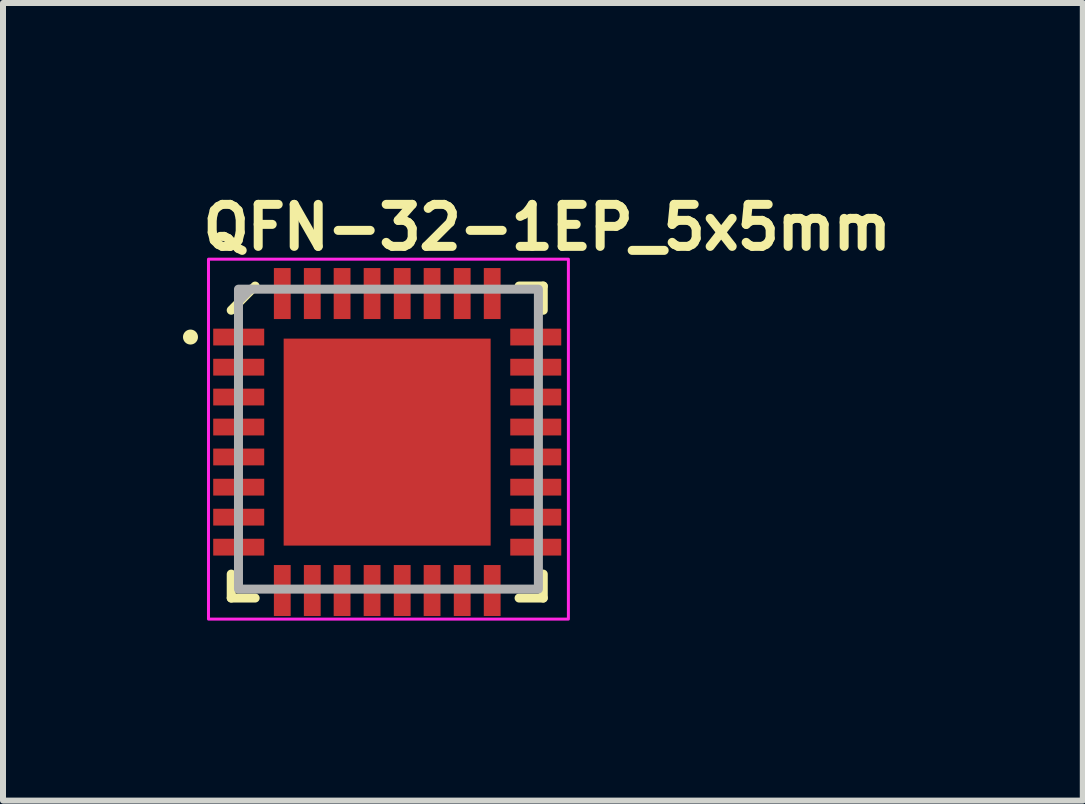
<source format=kicad_pcb>
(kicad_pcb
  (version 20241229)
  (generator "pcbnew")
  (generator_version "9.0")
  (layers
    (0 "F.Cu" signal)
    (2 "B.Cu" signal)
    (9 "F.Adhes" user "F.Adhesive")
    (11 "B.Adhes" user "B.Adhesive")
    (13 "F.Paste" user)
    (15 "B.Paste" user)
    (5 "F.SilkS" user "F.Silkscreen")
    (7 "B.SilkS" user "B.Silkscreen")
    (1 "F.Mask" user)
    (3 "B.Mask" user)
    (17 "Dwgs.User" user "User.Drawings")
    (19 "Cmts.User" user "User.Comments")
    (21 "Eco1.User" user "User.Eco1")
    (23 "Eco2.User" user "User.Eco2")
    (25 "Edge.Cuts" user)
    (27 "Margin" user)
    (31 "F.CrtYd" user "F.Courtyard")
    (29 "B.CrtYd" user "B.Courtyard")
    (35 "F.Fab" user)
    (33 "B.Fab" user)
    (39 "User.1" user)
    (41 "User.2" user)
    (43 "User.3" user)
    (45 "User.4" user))
  (footprint "QFN-32-1EP_5x5mm"
    (layer "F.Cu")
    (at 3.425 4.27)
    (property "Reference" "QFN-32-1EP_5x5mm" (at -3.17 -3.12 0) (layer "F.SilkS") (effects (font (size 0.7 0.7) (thickness 0.15)) (justify left bottom)))
    (attr smd)
    (fp_line (start -2.621 2.648) (end -2.621 2.249) (stroke (width 0.15) (type solid)) (layer "F.SilkS"))
    (fp_line (start -2.222 -2.552) (end -2.621 -2.149) (stroke (width 0.15) (type solid)) (layer "F.SilkS"))
    (fp_line (start -2.222 2.648) (end -2.621 2.648) (stroke (width 0.15) (type solid)) (layer "F.SilkS"))
    (fp_line (start 2.58 -2.552) (end 2.177 -2.552) (stroke (width 0.15) (type solid)) (layer "F.SilkS"))
    (fp_line (start 2.58 -2.552) (end 2.58 -2.149) (stroke (width 0.15) (type solid)) (layer "F.SilkS"))
    (fp_line (start 2.58 2.249) (end 2.58 2.648) (stroke (width 0.15) (type solid)) (layer "F.SilkS"))
    (fp_line (start 2.58 2.648) (end 2.177 2.648) (stroke (width 0.15) (type solid)) (layer "F.SilkS"))
    (fp_circle (center -3.3 -1.702) (end -3.25 -1.702) (stroke (width 0.15) (type solid)) (fill yes) (layer "F.SilkS"))
    (fp_rect (start -3 -3) (end 2.999 2.999) (stroke (width 0.05) (type solid)) (fill no) (layer "F.CrtYd"))
    (fp_line (start -2.5 -2.299) (end -2.299 -2.5) (stroke (width 0.15) (type solid)) (layer "F.Fab"))
    (fp_rect (start -2.5 -2.5) (end 2.499 2.499) (stroke (width 0.15) (type solid)) (fill no) (layer "F.Fab"))
    (fp_rect (start -2.5 -2.5) (end 2.499 2.499) (stroke (width 0.1) (type solid)) (fill no) (layer "User.5"))
    (fp_line (start -2.5 -2.5) (end -2.5 2.499) (stroke (width 0.02) (type solid)) (layer "User.9"))
    (fp_line (start -2.5 -1.875) (end -2.5 -1.875) (stroke (width 0.02) (type solid)) (layer "User.9"))
    (fp_line (start -2.5 -1.625) (end -2.5 -1.875) (stroke (width 0.02) (type solid)) (layer "User.9"))
    (fp_line (start -2.5 -1.625) (end -2.5 -1.625) (stroke (width 0.02) (type solid)) (layer "User.9"))
    (fp_line (start -2.5 -1.375) (end -2.5 -1.375) (stroke (width 0.02) (type solid)) (layer "User.9"))
    (fp_line (start -2.5 -1.125) (end -2.5 -1.375) (stroke (width 0.02) (type solid)) (layer "User.9"))
    (fp_line (start -2.5 -1.125) (end -2.5 -1.125) (stroke (width 0.02) (type solid)) (layer "User.9"))
    (fp_line (start -2.5 -0.875) (end -2.5 -0.875) (stroke (width 0.02) (type solid)) (layer "User.9"))
    (fp_line (start -2.5 -0.625) (end -2.5 -0.875) (stroke (width 0.02) (type solid)) (layer "User.9"))
    (fp_line (start -2.5 -0.625) (end -2.5 -0.625) (stroke (width 0.02) (type solid)) (layer "User.9"))
    (fp_line (start -2.5 -0.375) (end -2.5 -0.375) (stroke (width 0.02) (type solid)) (layer "User.9"))
    (fp_line (start -2.5 -0.125) (end -2.5 -0.375) (stroke (width 0.02) (type solid)) (layer "User.9"))
    (fp_line (start -2.5 -0.125) (end -2.5 -0.125) (stroke (width 0.02) (type solid)) (layer "User.9"))
    (fp_line (start -2.5 0.122) (end -2.5 0.122) (stroke (width 0.02) (type solid)) (layer "User.9"))
    (fp_line (start -2.5 0.372) (end -2.5 0.122) (stroke (width 0.02) (type solid)) (layer "User.9"))
    (fp_line (start -2.5 0.372) (end -2.5 0.372) (stroke (width 0.02) (type solid)) (layer "User.9"))
    (fp_line (start -2.5 0.622) (end -2.5 0.622) (stroke (width 0.02) (type solid)) (layer "User.9"))
    (fp_line (start -2.5 0.872) (end -2.5 0.622) (stroke (width 0.02) (type solid)) (layer "User.9"))
    (fp_line (start -2.5 0.872) (end -2.5 0.872) (stroke (width 0.02) (type solid)) (layer "User.9"))
    (fp_line (start -2.5 1.124) (end -2.5 1.124) (stroke (width 0.02) (type solid)) (layer "User.9"))
    (fp_line (start -2.5 1.374) (end -2.5 1.124) (stroke (width 0.02) (type solid)) (layer "User.9"))
    (fp_line (start -2.5 1.374) (end -2.5 1.374) (stroke (width 0.02) (type solid)) (layer "User.9"))
    (fp_line (start -2.5 1.624) (end -2.5 1.624) (stroke (width 0.02) (type solid)) (layer "User.9"))
    (fp_line (start -2.5 1.874) (end -2.5 1.624) (stroke (width 0.02) (type solid)) (layer "User.9"))
    (fp_line (start -2.5 1.874) (end -2.5 1.874) (stroke (width 0.02) (type solid)) (layer "User.9"))
    (fp_line (start -2.5 2.499) (end 2.499 2.499) (stroke (width 0.02) (type solid)) (layer "User.9"))
    (fp_line (start -2 -1.873) (end -2 -1.867) (stroke (width 0.02) (type solid)) (layer "User.9"))
    (fp_line (start -2 -1.867) (end -2 -1.859) (stroke (width 0.02) (type solid)) (layer "User.9"))
    (fp_line (start -2 -1.859) (end -2 -1.851) (stroke (width 0.02) (type solid)) (layer "User.9"))
    (fp_line (start -2 -1.851) (end -2 -1.851) (stroke (width 0.02) (type solid)) (layer "User.9"))
    (fp_line (start -2 -1.851) (end -2 -1.843) (stroke (width 0.02) (type solid)) (layer "User.9"))
    (fp_line (start -2 -1.843) (end -2 -1.835) (stroke (width 0.02) (type solid)) (layer "User.9"))
    (fp_line (start -2 -1.835) (end -2 -1.829) (stroke (width 0.02) (type solid)) (layer "User.9"))
    (fp_line (start -2 -1.829) (end -1.998 -1.821) (stroke (width 0.02) (type solid)) (layer "User.9"))
    (fp_line (start -1.998 -1.881) (end -2 -1.873) (stroke (width 0.02) (type solid)) (layer "User.9"))
    (fp_line (start -1.998 -1.821) (end -1.996 -1.813) (stroke (width 0.02) (type solid)) (layer "User.9"))
    (fp_line (start -1.996 -1.889) (end -1.998 -1.881) (stroke (width 0.02) (type solid)) (layer "User.9"))
    (fp_line (start -1.996 -1.813) (end -1.994 -1.807) (stroke (width 0.02) (type solid)) (layer "User.9"))
    (fp_line (start -1.994 -1.895) (end -1.996 -1.889) (stroke (width 0.02) (type solid)) (layer "User.9"))
    (fp_line (start -1.994 -1.807) (end -1.992 -1.799) (stroke (width 0.02) (type solid)) (layer "User.9"))
    (fp_line (start -1.992 -1.903) (end -1.994 -1.895) (stroke (width 0.02) (type solid)) (layer "User.9"))
    (fp_line (start -1.992 -1.799) (end -1.99 -1.792) (stroke (width 0.02) (type solid)) (layer "User.9"))
    (fp_line (start -1.99 -1.909) (end -1.992 -1.903) (stroke (width 0.02) (type solid)) (layer "User.9"))
    (fp_line (start -1.99 -1.792) (end -1.986 -1.786) (stroke (width 0.02) (type solid)) (layer "User.9"))
    (fp_line (start -1.986 -1.917) (end -1.99 -1.909) (stroke (width 0.02) (type solid)) (layer "User.9"))
    (fp_line (start -1.986 -1.786) (end -1.982 -1.78) (stroke (width 0.02) (type solid)) (layer "User.9"))
    (fp_line (start -1.982 -1.922) (end -1.986 -1.917) (stroke (width 0.02) (type solid)) (layer "User.9"))
    (fp_line (start -1.982 -1.78) (end -1.98 -1.774) (stroke (width 0.02) (type solid)) (layer "User.9"))
    (fp_line (start -1.98 -1.928) (end -1.982 -1.922) (stroke (width 0.02) (type solid)) (layer "User.9"))
    (fp_line (start -1.98 -1.774) (end -1.976 -1.768) (stroke (width 0.02) (type solid)) (layer "User.9"))
    (fp_line (start -1.976 -1.934) (end -1.98 -1.928) (stroke (width 0.02) (type solid)) (layer "User.9"))
    (fp_line (start -1.976 -1.768) (end -1.972 -1.762) (stroke (width 0.02) (type solid)) (layer "User.9"))
    (fp_line (start -1.972 -1.94) (end -1.976 -1.934) (stroke (width 0.02) (type solid)) (layer "User.9"))
    (fp_line (start -1.972 -1.762) (end -1.966 -1.756) (stroke (width 0.02) (type solid)) (layer "User.9"))
    (fp_line (start -1.966 -1.946) (end -1.972 -1.94) (stroke (width 0.02) (type solid)) (layer "User.9"))
    (fp_line (start -1.966 -1.756) (end -1.962 -1.75) (stroke (width 0.02) (type solid)) (layer "User.9"))
    (fp_line (start -1.962 -1.952) (end -1.966 -1.946) (stroke (width 0.02) (type solid)) (layer "User.9"))
    (fp_line (start -1.962 -1.75) (end -1.958 -1.744) (stroke (width 0.02) (type solid)) (layer "User.9"))
    (fp_line (start -1.958 -1.958) (end -1.962 -1.952) (stroke (width 0.02) (type solid)) (layer "User.9"))
    (fp_line (start -1.958 -1.744) (end -1.952 -1.74) (stroke (width 0.02) (type solid)) (layer "User.9"))
    (fp_line (start -1.952 -1.962) (end -1.958 -1.958) (stroke (width 0.02) (type solid)) (layer "User.9"))
    (fp_line (start -1.952 -1.74) (end -1.946 -1.736) (stroke (width 0.02) (type solid)) (layer "User.9"))
    (fp_line (start -1.946 -1.966) (end -1.952 -1.962) (stroke (width 0.02) (type solid)) (layer "User.9"))
    (fp_line (start -1.946 -1.736) (end -1.94 -1.73) (stroke (width 0.02) (type solid)) (layer "User.9"))
    (fp_line (start -1.94 -1.972) (end -1.946 -1.966) (stroke (width 0.02) (type solid)) (layer "User.9"))
    (fp_line (start -1.94 -1.73) (end -1.934 -1.726) (stroke (width 0.02) (type solid)) (layer "User.9"))
    (fp_line (start -1.934 -1.976) (end -1.94 -1.972) (stroke (width 0.02) (type solid)) (layer "User.9"))
    (fp_line (start -1.934 -1.726) (end -1.928 -1.722) (stroke (width 0.02) (type solid)) (layer "User.9"))
    (fp_line (start -1.928 -1.98) (end -1.934 -1.976) (stroke (width 0.02) (type solid)) (layer "User.9"))
    (fp_line (start -1.928 -1.722) (end -1.922 -1.72) (stroke (width 0.02) (type solid)) (layer "User.9"))
    (fp_line (start -1.922 -1.982) (end -1.928 -1.98) (stroke (width 0.02) (type solid)) (layer "User.9"))
    (fp_line (start -1.922 -1.72) (end -1.917 -1.716) (stroke (width 0.02) (type solid)) (layer "User.9"))
    (fp_line (start -1.917 -1.986) (end -1.922 -1.982) (stroke (width 0.02) (type solid)) (layer "User.9"))
    (fp_line (start -1.917 -1.716) (end -1.909 -1.712) (stroke (width 0.02) (type solid)) (layer "User.9"))
    (fp_line (start -1.909 -1.99) (end -1.917 -1.986) (stroke (width 0.02) (type solid)) (layer "User.9"))
    (fp_line (start -1.909 -1.712) (end -1.903 -1.71) (stroke (width 0.02) (type solid)) (layer "User.9"))
    (fp_line (start -1.903 -1.992) (end -1.909 -1.99) (stroke (width 0.02) (type solid)) (layer "User.9"))
    (fp_line (start -1.903 -1.71) (end -1.895 -1.708) (stroke (width 0.02) (type solid)) (layer "User.9"))
    (fp_line (start -1.895 -1.994) (end -1.903 -1.992) (stroke (width 0.02) (type solid)) (layer "User.9"))
    (fp_line (start -1.895 -1.708) (end -1.889 -1.706) (stroke (width 0.02) (type solid)) (layer "User.9"))
    (fp_line (start -1.889 -1.996) (end -1.895 -1.994) (stroke (width 0.02) (type solid)) (layer "User.9"))
    (fp_line (start -1.889 -1.706) (end -1.881 -1.704) (stroke (width 0.02) (type solid)) (layer "User.9"))
    (fp_line (start -1.881 -1.998) (end -1.889 -1.996) (stroke (width 0.02) (type solid)) (layer "User.9"))
    (fp_line (start -1.881 -1.704) (end -1.873 -1.702) (stroke (width 0.02) (type solid)) (layer "User.9"))
    (fp_line (start -1.875 -2.5) (end -1.875 -2.5) (stroke (width 0.02) (type solid)) (layer "User.9"))
    (fp_line (start -1.875 -2.5) (end -1.625 -2.5) (stroke (width 0.02) (type solid)) (layer "User.9"))
    (fp_line (start -1.875 2.499) (end -1.875 2.499) (stroke (width 0.02) (type solid)) (layer "User.9"))
    (fp_line (start -1.875 2.499) (end -1.625 2.499) (stroke (width 0.02) (type solid)) (layer "User.9"))
    (fp_line (start -1.873 -2) (end -1.881 -1.998) (stroke (width 0.02) (type solid)) (layer "User.9"))
    (fp_line (start -1.873 -1.702) (end -1.867 -1.702) (stroke (width 0.02) (type solid)) (layer "User.9"))
    (fp_line (start -1.867 -2) (end -1.873 -2) (stroke (width 0.02) (type solid)) (layer "User.9"))
    (fp_line (start -1.867 -1.702) (end -1.859 -1.702) (stroke (width 0.02) (type solid)) (layer "User.9"))
    (fp_line (start -1.859 -2) (end -1.867 -2) (stroke (width 0.02) (type solid)) (layer "User.9"))
    (fp_line (start -1.859 -1.702) (end -1.851 -1.702) (stroke (width 0.02) (type solid)) (layer "User.9"))
    (fp_line (start -1.851 -2) (end -1.859 -2) (stroke (width 0.02) (type solid)) (layer "User.9"))
    (fp_line (start -1.851 -1.702) (end -1.843 -1.702) (stroke (width 0.02) (type solid)) (layer "User.9"))
    (fp_line (start -1.843 -2) (end -1.851 -2) (stroke (width 0.02) (type solid)) (layer "User.9"))
    (fp_line (start -1.843 -1.702) (end -1.835 -1.702) (stroke (width 0.02) (type solid)) (layer "User.9"))
    (fp_line (start -1.835 -2) (end -1.843 -2) (stroke (width 0.02) (type solid)) (layer "User.9"))
    (fp_line (start -1.835 -1.702) (end -1.829 -1.702) (stroke (width 0.02) (type solid)) (layer "User.9"))
    (fp_line (start -1.829 -2) (end -1.835 -2) (stroke (width 0.02) (type solid)) (layer "User.9"))
    (fp_line (start -1.829 -1.702) (end -1.821 -1.704) (stroke (width 0.02) (type solid)) (layer "User.9"))
    (fp_line (start -1.821 -1.998) (end -1.829 -2) (stroke (width 0.02) (type solid)) (layer "User.9"))
    (fp_line (start -1.821 -1.704) (end -1.813 -1.706) (stroke (width 0.02) (type solid)) (layer "User.9"))
    (fp_line (start -1.813 -1.996) (end -1.821 -1.998) (stroke (width 0.02) (type solid)) (layer "User.9"))
    (fp_line (start -1.813 -1.706) (end -1.807 -1.708) (stroke (width 0.02) (type solid)) (layer "User.9"))
    (fp_line (start -1.807 -1.994) (end -1.813 -1.996) (stroke (width 0.02) (type solid)) (layer "User.9"))
    (fp_line (start -1.807 -1.708) (end -1.799 -1.71) (stroke (width 0.02) (type solid)) (layer "User.9"))
    (fp_line (start -1.799 -1.992) (end -1.807 -1.994) (stroke (width 0.02) (type solid)) (layer "User.9"))
    (fp_line (start -1.799 -1.71) (end -1.792 -1.712) (stroke (width 0.02) (type solid)) (layer "User.9"))
    (fp_line (start -1.792 -1.99) (end -1.799 -1.992) (stroke (width 0.02) (type solid)) (layer "User.9"))
    (fp_line (start -1.792 -1.712) (end -1.786 -1.716) (stroke (width 0.02) (type solid)) (layer "User.9"))
    (fp_line (start -1.786 -1.986) (end -1.792 -1.99) (stroke (width 0.02) (type solid)) (layer "User.9"))
    (fp_line (start -1.786 -1.716) (end -1.78 -1.72) (stroke (width 0.02) (type solid)) (layer "User.9"))
    (fp_line (start -1.78 -1.982) (end -1.786 -1.986) (stroke (width 0.02) (type solid)) (layer "User.9"))
    (fp_line (start -1.78 -1.72) (end -1.774 -1.722) (stroke (width 0.02) (type solid)) (layer "User.9"))
    (fp_line (start -1.774 -1.98) (end -1.78 -1.982) (stroke (width 0.02) (type solid)) (layer "User.9"))
    (fp_line (start -1.774 -1.722) (end -1.768 -1.726) (stroke (width 0.02) (type solid)) (layer "User.9"))
    (fp_line (start -1.768 -1.976) (end -1.774 -1.98) (stroke (width 0.02) (type solid)) (layer "User.9"))
    (fp_line (start -1.768 -1.726) (end -1.762 -1.73) (stroke (width 0.02) (type solid)) (layer "User.9"))
    (fp_line (start -1.762 -1.972) (end -1.768 -1.976) (stroke (width 0.02) (type solid)) (layer "User.9"))
    (fp_line (start -1.762 -1.73) (end -1.756 -1.736) (stroke (width 0.02) (type solid)) (layer "User.9"))
    (fp_line (start -1.756 -1.966) (end -1.762 -1.972) (stroke (width 0.02) (type solid)) (layer "User.9"))
    (fp_line (start -1.756 -1.736) (end -1.75 -1.74) (stroke (width 0.02) (type solid)) (layer "User.9"))
    (fp_line (start -1.75 -1.962) (end -1.756 -1.966) (stroke (width 0.02) (type solid)) (layer "User.9"))
    (fp_line (start -1.75 -1.74) (end -1.744 -1.744) (stroke (width 0.02) (type solid)) (layer "User.9"))
    (fp_line (start -1.744 -1.958) (end -1.75 -1.962) (stroke (width 0.02) (type solid)) (layer "User.9"))
    (fp_line (start -1.744 -1.744) (end -1.74 -1.75) (stroke (width 0.02) (type solid)) (layer "User.9"))
    (fp_line (start -1.74 -1.952) (end -1.744 -1.958) (stroke (width 0.02) (type solid)) (layer "User.9"))
    (fp_line (start -1.74 -1.75) (end -1.736 -1.756) (stroke (width 0.02) (type solid)) (layer "User.9"))
    (fp_line (start -1.736 -1.946) (end -1.74 -1.952) (stroke (width 0.02) (type solid)) (layer "User.9"))
    (fp_line (start -1.736 -1.756) (end -1.73 -1.762) (stroke (width 0.02) (type solid)) (layer "User.9"))
    (fp_line (start -1.73 -1.94) (end -1.736 -1.946) (stroke (width 0.02) (type solid)) (layer "User.9"))
    (fp_line (start -1.73 -1.762) (end -1.726 -1.768) (stroke (width 0.02) (type solid)) (layer "User.9"))
    (fp_line (start -1.726 -1.934) (end -1.73 -1.94) (stroke (width 0.02) (type solid)) (layer "User.9"))
    (fp_line (start -1.726 -1.768) (end -1.722 -1.774) (stroke (width 0.02) (type solid)) (layer "User.9"))
    (fp_line (start -1.722 -1.928) (end -1.726 -1.934) (stroke (width 0.02) (type solid)) (layer "User.9"))
    (fp_line (start -1.722 -1.774) (end -1.72 -1.78) (stroke (width 0.02) (type solid)) (layer "User.9"))
    (fp_line (start -1.72 -1.922) (end -1.722 -1.928) (stroke (width 0.02) (type solid)) (layer "User.9"))
    (fp_line (start -1.72 -1.78) (end -1.716 -1.786) (stroke (width 0.02) (type solid)) (layer "User.9"))
    (fp_line (start -1.716 -1.917) (end -1.72 -1.922) (stroke (width 0.02) (type solid)) (layer "User.9"))
    (fp_line (start -1.716 -1.786) (end -1.712 -1.792) (stroke (width 0.02) (type solid)) (layer "User.9"))
    (fp_line (start -1.712 -1.909) (end -1.716 -1.917) (stroke (width 0.02) (type solid)) (layer "User.9"))
    (fp_line (start -1.712 -1.792) (end -1.71 -1.799) (stroke (width 0.02) (type solid)) (layer "User.9"))
    (fp_line (start -1.71 -1.903) (end -1.712 -1.909) (stroke (width 0.02) (type solid)) (layer "User.9"))
    (fp_line (start -1.71 -1.799) (end -1.708 -1.807) (stroke (width 0.02) (type solid)) (layer "User.9"))
    (fp_line (start -1.708 -1.895) (end -1.71 -1.903) (stroke (width 0.02) (type solid)) (layer "User.9"))
    (fp_line (start -1.708 -1.807) (end -1.706 -1.813) (stroke (width 0.02) (type solid)) (layer "User.9"))
    (fp_line (start -1.706 -1.889) (end -1.708 -1.895) (stroke (width 0.02) (type solid)) (layer "User.9"))
    (fp_line (start -1.706 -1.813) (end -1.704 -1.821) (stroke (width 0.02) (type solid)) (layer "User.9"))
    (fp_line (start -1.704 -1.881) (end -1.706 -1.889) (stroke (width 0.02) (type solid)) (layer "User.9"))
    (fp_line (start -1.704 -1.821) (end -1.702 -1.829) (stroke (width 0.02) (type solid)) (layer "User.9"))
    (fp_line (start -1.702 -1.873) (end -1.704 -1.881) (stroke (width 0.02) (type solid)) (layer "User.9"))
    (fp_line (start -1.702 -1.867) (end -1.702 -1.873) (stroke (width 0.02) (type solid)) (layer "User.9"))
    (fp_line (start -1.702 -1.859) (end -1.702 -1.867) (stroke (width 0.02) (type solid)) (layer "User.9"))
    (fp_line (start -1.702 -1.851) (end -1.702 -1.859) (stroke (width 0.02) (type solid)) (layer "User.9"))
    (fp_line (start -1.702 -1.851) (end -1.702 -1.851) (stroke (width 0.02) (type solid)) (layer "User.9"))
    (fp_line (start -1.702 -1.843) (end -1.702 -1.851) (stroke (width 0.02) (type solid)) (layer "User.9"))
    (fp_line (start -1.702 -1.835) (end -1.702 -1.843) (stroke (width 0.02) (type solid)) (layer "User.9"))
    (fp_line (start -1.702 -1.829) (end -1.702 -1.835) (stroke (width 0.02) (type solid)) (layer "User.9"))
    (fp_line (start -1.625 -2.5) (end -1.625 -2.5) (stroke (width 0.02) (type solid)) (layer "User.9"))
    (fp_line (start -1.625 2.499) (end -1.625 2.499) (stroke (width 0.02) (type solid)) (layer "User.9"))
    (fp_line (start -1.375 -2.5) (end -1.375 -2.5) (stroke (width 0.02) (type solid)) (layer "User.9"))
    (fp_line (start -1.375 -2.5) (end -1.125 -2.5) (stroke (width 0.02) (type solid)) (layer "User.9"))
    (fp_line (start -1.375 2.499) (end -1.375 2.499) (stroke (width 0.02) (type solid)) (layer "User.9"))
    (fp_line (start -1.375 2.499) (end -1.125 2.499) (stroke (width 0.02) (type solid)) (layer "User.9"))
    (fp_line (start -1.125 -2.5) (end -1.125 -2.5) (stroke (width 0.02) (type solid)) (layer "User.9"))
    (fp_line (start -1.125 2.499) (end -1.125 2.499) (stroke (width 0.02) (type solid)) (layer "User.9"))
    (fp_line (start -0.875 -2.5) (end -0.875 -2.5) (stroke (width 0.02) (type solid)) (layer "User.9"))
    (fp_line (start -0.875 -2.5) (end -0.625 -2.5) (stroke (width 0.02) (type solid)) (layer "User.9"))
    (fp_line (start -0.875 2.499) (end -0.875 2.499) (stroke (width 0.02) (type solid)) (layer "User.9"))
    (fp_line (start -0.875 2.499) (end -0.625 2.499) (stroke (width 0.02) (type solid)) (layer "User.9"))
    (fp_line (start -0.625 -2.5) (end -0.625 -2.5) (stroke (width 0.02) (type solid)) (layer "User.9"))
    (fp_line (start -0.625 2.499) (end -0.625 2.499) (stroke (width 0.02) (type solid)) (layer "User.9"))
    (fp_line (start -0.375 -2.5) (end -0.375 -2.5) (stroke (width 0.02) (type solid)) (layer "User.9"))
    (fp_line (start -0.375 -2.5) (end -0.125 -2.5) (stroke (width 0.02) (type solid)) (layer "User.9"))
    (fp_line (start -0.375 2.499) (end -0.375 2.499) (stroke (width 0.02) (type solid)) (layer "User.9"))
    (fp_line (start -0.375 2.499) (end -0.125 2.499) (stroke (width 0.02) (type solid)) (layer "User.9"))
    (fp_line (start -0.125 -2.5) (end -0.125 -2.5) (stroke (width 0.02) (type solid)) (layer "User.9"))
    (fp_line (start -0.125 2.499) (end -0.125 2.499) (stroke (width 0.02) (type solid)) (layer "User.9"))
    (fp_line (start 0.122 -2.5) (end 0.122 -2.5) (stroke (width 0.02) (type solid)) (layer "User.9"))
    (fp_line (start 0.122 2.499) (end 0.122 2.499) (stroke (width 0.02) (type solid)) (layer "User.9"))
    (fp_line (start 0.372 -2.5) (end 0.122 -2.5) (stroke (width 0.02) (type solid)) (layer "User.9"))
    (fp_line (start 0.372 -2.5) (end 0.372 -2.5) (stroke (width 0.02) (type solid)) (layer "User.9"))
    (fp_line (start 0.372 2.499) (end 0.122 2.499) (stroke (width 0.02) (type solid)) (layer "User.9"))
    (fp_line (start 0.372 2.499) (end 0.372 2.499) (stroke (width 0.02) (type solid)) (layer "User.9"))
    (fp_line (start 0.622 -2.5) (end 0.622 -2.5) (stroke (width 0.02) (type solid)) (layer "User.9"))
    (fp_line (start 0.622 2.499) (end 0.622 2.499) (stroke (width 0.02) (type solid)) (layer "User.9"))
    (fp_line (start 0.872 -2.5) (end 0.622 -2.5) (stroke (width 0.02) (type solid)) (layer "User.9"))
    (fp_line (start 0.872 -2.5) (end 0.872 -2.5) (stroke (width 0.02) (type solid)) (layer "User.9"))
    (fp_line (start 0.872 2.499) (end 0.622 2.499) (stroke (width 0.02) (type solid)) (layer "User.9"))
    (fp_line (start 0.872 2.499) (end 0.872 2.499) (stroke (width 0.02) (type solid)) (layer "User.9"))
    (fp_line (start 1.124 -2.5) (end 1.124 -2.5) (stroke (width 0.02) (type solid)) (layer "User.9"))
    (fp_line (start 1.124 2.499) (end 1.124 2.499) (stroke (width 0.02) (type solid)) (layer "User.9"))
    (fp_line (start 1.374 -2.5) (end 1.124 -2.5) (stroke (width 0.02) (type solid)) (layer "User.9"))
    (fp_line (start 1.374 -2.5) (end 1.374 -2.5) (stroke (width 0.02) (type solid)) (layer "User.9"))
    (fp_line (start 1.374 2.499) (end 1.124 2.499) (stroke (width 0.02) (type solid)) (layer "User.9"))
    (fp_line (start 1.374 2.499) (end 1.374 2.499) (stroke (width 0.02) (type solid)) (layer "User.9"))
    (fp_line (start 1.624 -2.5) (end 1.624 -2.5) (stroke (width 0.02) (type solid)) (layer "User.9"))
    (fp_line (start 1.624 2.499) (end 1.624 2.499) (stroke (width 0.02) (type solid)) (layer "User.9"))
    (fp_line (start 1.874 -2.5) (end 1.624 -2.5) (stroke (width 0.02) (type solid)) (layer "User.9"))
    (fp_line (start 1.874 -2.5) (end 1.874 -2.5) (stroke (width 0.02) (type solid)) (layer "User.9"))
    (fp_line (start 1.874 2.499) (end 1.624 2.499) (stroke (width 0.02) (type solid)) (layer "User.9"))
    (fp_line (start 1.874 2.499) (end 1.874 2.499) (stroke (width 0.02) (type solid)) (layer "User.9"))
    (fp_line (start 2.499 -2.5) (end -2.5 -2.5) (stroke (width 0.02) (type solid)) (layer "User.9"))
    (fp_line (start 2.499 -1.875) (end 2.499 -1.875) (stroke (width 0.02) (type solid)) (layer "User.9"))
    (fp_line (start 2.499 -1.625) (end 2.499 -1.875) (stroke (width 0.02) (type solid)) (layer "User.9"))
    (fp_line (start 2.499 -1.625) (end 2.499 -1.625) (stroke (width 0.02) (type solid)) (layer "User.9"))
    (fp_line (start 2.499 -1.375) (end 2.499 -1.375) (stroke (width 0.02) (type solid)) (layer "User.9"))
    (fp_line (start 2.499 -1.125) (end 2.499 -1.375) (stroke (width 0.02) (type solid)) (layer "User.9"))
    (fp_line (start 2.499 -1.125) (end 2.499 -1.125) (stroke (width 0.02) (type solid)) (layer "User.9"))
    (fp_line (start 2.499 -0.875) (end 2.499 -0.875) (stroke (width 0.02) (type solid)) (layer "User.9"))
    (fp_line (start 2.499 -0.625) (end 2.499 -0.875) (stroke (width 0.02) (type solid)) (layer "User.9"))
    (fp_line (start 2.499 -0.625) (end 2.499 -0.625) (stroke (width 0.02) (type solid)) (layer "User.9"))
    (fp_line (start 2.499 -0.375) (end 2.499 -0.375) (stroke (width 0.02) (type solid)) (layer "User.9"))
    (fp_line (start 2.499 -0.125) (end 2.499 -0.375) (stroke (width 0.02) (type solid)) (layer "User.9"))
    (fp_line (start 2.499 -0.125) (end 2.499 -0.125) (stroke (width 0.02) (type solid)) (layer "User.9"))
    (fp_line (start 2.499 0.122) (end 2.499 0.122) (stroke (width 0.02) (type solid)) (layer "User.9"))
    (fp_line (start 2.499 0.372) (end 2.499 0.122) (stroke (width 0.02) (type solid)) (layer "User.9"))
    (fp_line (start 2.499 0.372) (end 2.499 0.372) (stroke (width 0.02) (type solid)) (layer "User.9"))
    (fp_line (start 2.499 0.622) (end 2.499 0.622) (stroke (width 0.02) (type solid)) (layer "User.9"))
    (fp_line (start 2.499 0.872) (end 2.499 0.622) (stroke (width 0.02) (type solid)) (layer "User.9"))
    (fp_line (start 2.499 0.872) (end 2.499 0.872) (stroke (width 0.02) (type solid)) (layer "User.9"))
    (fp_line (start 2.499 1.124) (end 2.499 1.124) (stroke (width 0.02) (type solid)) (layer "User.9"))
    (fp_line (start 2.499 1.374) (end 2.499 1.124) (stroke (width 0.02) (type solid)) (layer "User.9"))
    (fp_line (start 2.499 1.374) (end 2.499 1.374) (stroke (width 0.02) (type solid)) (layer "User.9"))
    (fp_line (start 2.499 1.624) (end 2.499 1.624) (stroke (width 0.02) (type solid)) (layer "User.9"))
    (fp_line (start 2.499 1.874) (end 2.499 1.624) (stroke (width 0.02) (type solid)) (layer "User.9"))
    (fp_line (start 2.499 1.874) (end 2.499 1.874) (stroke (width 0.02) (type solid)) (layer "User.9"))
    (fp_line (start 2.499 2.499) (end 2.499 -2.5) (stroke (width 0.02) (type solid)) (layer "User.9"))
    (pad "1" smd rect (at -2.496 -1.702 270) (size 0.28 0.85) (layers "F.Cu" "F.Mask" "F.Paste"))
    (pad "2" smd rect (at -2.496 -1.2 270) (size 0.28 0.85) (layers "F.Cu" "F.Mask" "F.Paste"))
    (pad "3" smd rect (at -2.496 -0.702 270) (size 0.28 0.85) (layers "F.Cu" "F.Mask" "F.Paste"))
    (pad "4" smd rect (at -2.496 -0.202 270) (size 0.28 0.85) (layers "F.Cu" "F.Mask" "F.Paste"))
    (pad "5" smd rect (at -2.496 0.297 270) (size 0.28 0.85) (layers "F.Cu" "F.Mask" "F.Paste"))
    (pad "6" smd rect (at -2.496 0.8 270) (size 0.28 0.85) (layers "F.Cu" "F.Mask" "F.Paste"))
    (pad "7" smd rect (at -2.496 1.3 270) (size 0.28 0.85) (layers "F.Cu" "F.Mask" "F.Paste"))
    (pad "8" smd rect (at -2.496 1.8 270) (size 0.28 0.85) (layers "F.Cu" "F.Mask" "F.Paste"))
    (pad "9" smd rect (at -1.77 2.523 270) (size 0.85 0.28) (layers "F.Cu" "F.Mask" "F.Paste"))
    (pad "10" smd rect (at -1.27 2.523 270) (size 0.85 0.28) (layers "F.Cu" "F.Mask" "F.Paste"))
    (pad "11" smd rect (at -0.773 2.523 270) (size 0.85 0.28) (layers "F.Cu" "F.Mask" "F.Paste"))
    (pad "12" smd rect (at -0.273 2.523 270) (size 0.85 0.28) (layers "F.Cu" "F.Mask" "F.Paste"))
    (pad "13" smd rect (at 0.229 2.523 270) (size 0.85 0.28) (layers "F.Cu" "F.Mask" "F.Paste"))
    (pad "14" smd rect (at 0.727 2.523 270) (size 0.85 0.28) (layers "F.Cu" "F.Mask" "F.Paste"))
    (pad "15" smd rect (at 1.229 2.523 270) (size 0.85 0.28) (layers "F.Cu" "F.Mask" "F.Paste"))
    (pad "16" smd rect (at 1.729 2.523 270) (size 0.85 0.28) (layers "F.Cu" "F.Mask" "F.Paste"))
    (pad "17" smd rect (at 2.455 1.8 270) (size 0.28 0.85) (layers "F.Cu" "F.Mask" "F.Paste"))
    (pad "18" smd rect (at 2.455 1.3 270) (size 0.28 0.85) (layers "F.Cu" "F.Mask" "F.Paste"))
    (pad "19" smd rect (at 2.455 0.8 270) (size 0.28 0.85) (layers "F.Cu" "F.Mask" "F.Paste"))
    (pad "20" smd rect (at 2.455 0.297 270) (size 0.28 0.85) (layers "F.Cu" "F.Mask" "F.Paste"))
    (pad "21" smd rect (at 2.455 -0.202 270) (size 0.28 0.85) (layers "F.Cu" "F.Mask" "F.Paste"))
    (pad "22" smd rect (at 2.455 -0.702 270) (size 0.28 0.85) (layers "F.Cu" "F.Mask" "F.Paste"))
    (pad "23" smd rect (at 2.455 -1.2 270) (size 0.28 0.85) (layers "F.Cu" "F.Mask" "F.Paste"))
    (pad "24" smd rect (at 2.455 -1.702 270) (size 0.28 0.85) (layers "F.Cu" "F.Mask" "F.Paste"))
    (pad "25" smd rect (at 1.729 -2.427 270) (size 0.85 0.28) (layers "F.Cu" "F.Mask" "F.Paste"))
    (pad "26" smd rect (at 1.229 -2.427 270) (size 0.85 0.28) (layers "F.Cu" "F.Mask" "F.Paste"))
    (pad "27" smd rect (at 0.727 -2.427 270) (size 0.85 0.28) (layers "F.Cu" "F.Mask" "F.Paste"))
    (pad "28" smd rect (at 0.229 -2.427 270) (size 0.85 0.28) (layers "F.Cu" "F.Mask" "F.Paste"))
    (pad "29" smd rect (at -0.273 -2.427 270) (size 0.85 0.28) (layers "F.Cu" "F.Mask" "F.Paste"))
    (pad "30" smd rect (at -0.773 -2.427 270) (size 0.85 0.28) (layers "F.Cu" "F.Mask" "F.Paste"))
    (pad "31" smd rect (at -1.27 -2.427 270) (size 0.85 0.28) (layers "F.Cu" "F.Mask" "F.Paste"))
    (pad "32" smd rect (at -1.77 -2.427 270) (size 0.85 0.28) (layers "F.Cu" "F.Mask" "F.Paste"))
    (pad "33" smd rect (at -0.022 0.049 270) (size 3.45 3.45) (layers "F.Cu" "F.Mask" "F.Paste")))
  (gr_rect
    (start -3 -3)
    (end 14.998 10.294)
    (stroke (width 0.1) (type default))
    (fill no)
    (layer "Edge.Cuts")))
</source>
